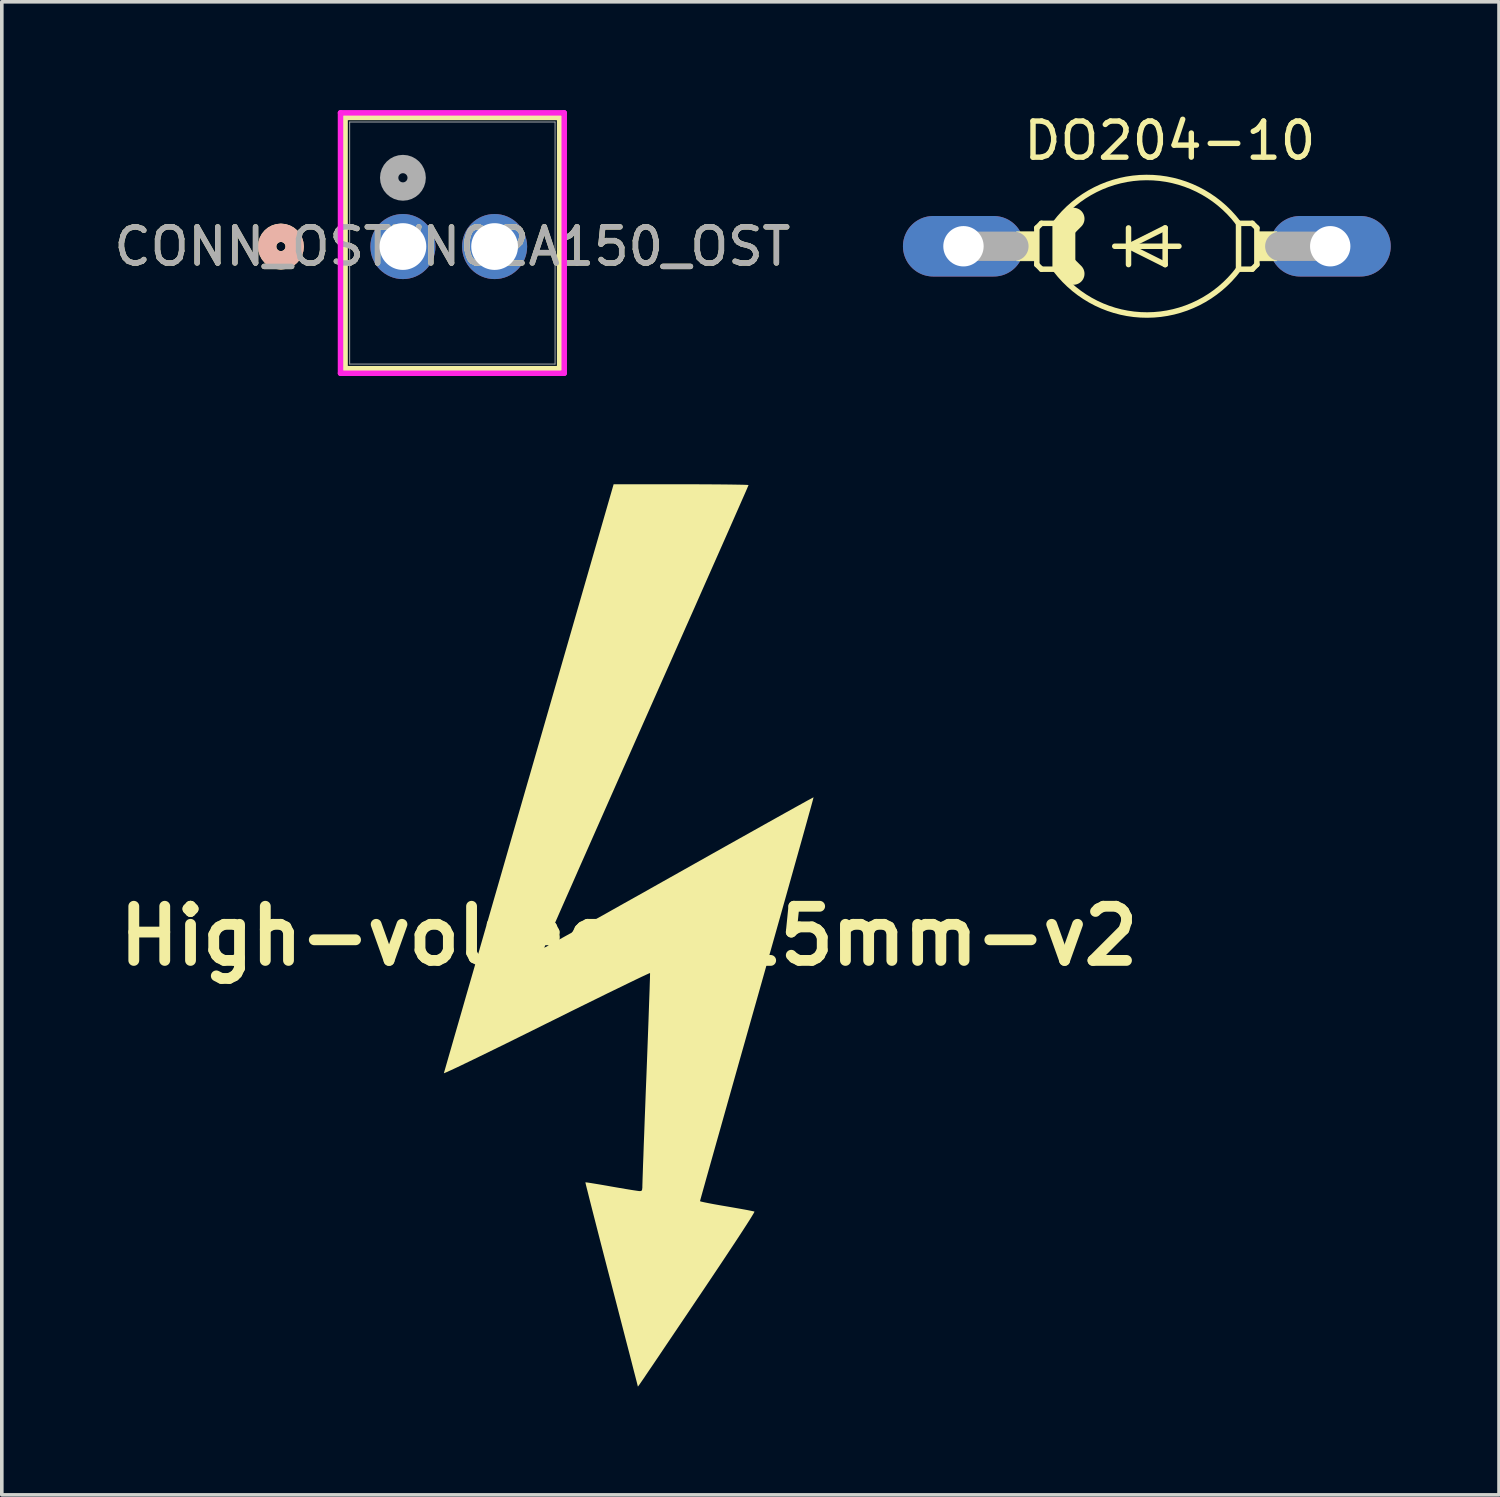
<source format=kicad_pcb>
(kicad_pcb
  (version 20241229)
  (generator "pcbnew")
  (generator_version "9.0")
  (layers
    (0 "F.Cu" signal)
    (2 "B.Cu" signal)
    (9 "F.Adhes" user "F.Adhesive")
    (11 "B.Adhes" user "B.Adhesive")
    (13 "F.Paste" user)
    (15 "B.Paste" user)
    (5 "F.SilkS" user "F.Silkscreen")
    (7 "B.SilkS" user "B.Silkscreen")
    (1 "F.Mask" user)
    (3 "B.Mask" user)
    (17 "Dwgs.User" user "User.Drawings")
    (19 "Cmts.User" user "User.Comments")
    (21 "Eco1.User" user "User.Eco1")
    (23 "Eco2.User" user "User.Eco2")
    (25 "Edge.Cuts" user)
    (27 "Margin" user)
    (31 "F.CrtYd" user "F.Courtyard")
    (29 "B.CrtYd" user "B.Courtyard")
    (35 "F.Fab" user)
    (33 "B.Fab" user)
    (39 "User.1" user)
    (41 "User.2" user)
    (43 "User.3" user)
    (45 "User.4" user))
  (footprint "High-voltage-25mm-v2"
    (layer "F.Cu")
    (at 14.371 22.878)
    (property "Reference" "High-voltage-25mm-v2" (at 0 0 0) (layer "F.SilkS") (effects (font (size 1.5 1.5) (thickness 0.3))))
    (attr board_only exclude_from_pos_files exclude_from_bom)
    (fp_poly (pts (xy 1.782 -12.512) (xy 2.098 -12.511) (xy 2.39 -12.509) (xy 2.651 -12.507) (xy 2.877 -12.504) (xy 3.062 -12.501) (xy 3.2 -12.498) (xy 3.286 -12.494) (xy 3.316 -12.49) (xy 3.303 -12.46) (xy 3.267 -12.375) (xy 3.207 -12.238) (xy 3.125 -12.052) (xy 3.022 -11.818) (xy 2.9 -11.541) (xy 2.759 -11.221) (xy 2.601 -10.863) (xy 2.426 -10.468) (xy 2.236 -10.039) (xy 2.032 -9.578) (xy 1.816 -9.088) (xy 1.587 -8.573) (xy 1.348 -8.033) (xy 1.1 -7.472) (xy 0.843 -6.893) (xy 0.579 -6.297) (xy 0.481 -6.076) (xy 0.215 -5.476) (xy -0.044 -4.89) (xy -0.296 -4.323) (xy -0.538 -3.776) (xy -0.77 -3.251) (xy -0.99 -2.753) (xy -1.198 -2.282) (xy -1.393 -1.842) (xy -1.572 -1.434) (xy -1.736 -1.063) (xy -1.883 -0.73) (xy -2.011 -0.438) (xy -2.12 -0.189) (xy -2.209 0.014) (xy -2.276 0.169) (xy -2.32 0.272) (xy -2.341 0.321) (xy -2.342 0.326) (xy -2.314 0.312) (xy -2.234 0.269) (xy -2.107 0.199) (xy -1.934 0.103) (xy -1.719 -0.016) (xy -1.466 -0.157) (xy -1.176 -0.318) (xy -0.854 -0.498) (xy -0.503 -0.695) (xy -0.126 -0.907) (xy 0.275 -1.131) (xy 0.696 -1.368) (xy 1.133 -1.614) (xy 1.388 -1.757) (xy 1.834 -2.008) (xy 2.264 -2.25) (xy 2.677 -2.482) (xy 3.068 -2.701) (xy 3.434 -2.906) (xy 3.773 -3.096) (xy 4.081 -3.268) (xy 4.355 -3.421) (xy 4.592 -3.553) (xy 4.789 -3.662) (xy 4.942 -3.747) (xy 5.05 -3.805) (xy 5.107 -3.836) (xy 5.117 -3.84) (xy 5.109 -3.81) (xy 5.086 -3.722) (xy 5.047 -3.579) (xy 4.993 -3.386) (xy 4.926 -3.144) (xy 4.846 -2.857) (xy 4.754 -2.528) (xy 4.65 -2.159) (xy 4.536 -1.753) (xy 4.413 -1.315) (xy 4.281 -0.845) (xy 4.141 -0.348) (xy 3.994 0.173) (xy 3.84 0.717) (xy 3.682 1.278) (xy 3.549 1.748) (xy 3.386 2.323) (xy 3.228 2.882) (xy 3.075 3.422) (xy 2.929 3.94) (xy 2.79 4.432) (xy 2.659 4.897) (xy 2.537 5.331) (xy 2.424 5.73) (xy 2.322 6.093) (xy 2.231 6.416) (xy 2.152 6.696) (xy 2.087 6.93) (xy 2.035 7.115) (xy 1.998 7.248) (xy 1.976 7.327) (xy 1.971 7.348) (xy 2 7.359) (xy 2.083 7.378) (xy 2.211 7.404) (xy 2.375 7.435) (xy 2.567 7.469) (xy 2.709 7.493) (xy 2.917 7.529) (xy 3.105 7.562) (xy 3.265 7.591) (xy 3.386 7.615) (xy 3.461 7.631) (xy 3.48 7.637) (xy 3.468 7.666) (xy 3.422 7.743) (xy 3.346 7.867) (xy 3.239 8.034) (xy 3.105 8.241) (xy 2.945 8.485) (xy 2.76 8.764) (xy 2.554 9.075) (xy 2.327 9.414) (xy 2.082 9.78) (xy 1.892 10.061) (xy 1.616 10.472) (xy 1.372 10.833) (xy 1.159 11.149) (xy 0.975 11.422) (xy 0.818 11.656) (xy 0.685 11.853) (xy 0.574 12.016) (xy 0.484 12.149) (xy 0.413 12.255) (xy 0.357 12.336) (xy 0.316 12.396) (xy 0.287 12.438) (xy 0.267 12.464) (xy 0.256 12.479) (xy 0.251 12.484) (xy 0.249 12.484) (xy 0.249 12.48) (xy 0.249 12.478) (xy 0.241 12.447) (xy 0.219 12.359) (xy 0.183 12.219) (xy 0.134 12.031) (xy 0.075 11.8) (xy 0.005 11.529) (xy -0.075 11.223) (xy -0.162 10.886) (xy -0.256 10.523) (xy -0.356 10.136) (xy -0.461 9.732) (xy -0.482 9.65) (xy -0.588 9.243) (xy -0.689 8.853) (xy -0.784 8.485) (xy -0.872 8.142) (xy -0.952 7.83) (xy -1.023 7.553) (xy -1.084 7.313) (xy -1.133 7.117) (xy -1.171 6.968) (xy -1.195 6.87) (xy -1.204 6.827) (xy -1.204 6.826) (xy -1.173 6.828) (xy -1.088 6.84) (xy -0.959 6.861) (xy -0.795 6.888) (xy -0.604 6.921) (xy -0.482 6.943) (xy -0.274 6.979) (xy -0.084 7.011) (xy 0.079 7.038) (xy 0.205 7.057) (xy 0.284 7.068) (xy 0.304 7.069) (xy 0.345 7.064) (xy 0.366 7.037) (xy 0.374 6.973) (xy 0.375 6.899) (xy 0.377 6.843) (xy 0.38 6.729) (xy 0.386 6.563) (xy 0.393 6.348) (xy 0.403 6.089) (xy 0.413 5.792) (xy 0.426 5.46) (xy 0.439 5.1) (xy 0.454 4.714) (xy 0.469 4.31) (xy 0.486 3.891) (xy 0.502 3.475) (xy 0.517 3.077) (xy 0.531 2.701) (xy 0.544 2.352) (xy 0.555 2.034) (xy 0.565 1.751) (xy 0.574 1.509) (xy 0.58 1.311) (xy 0.585 1.162) (xy 0.587 1.066) (xy 0.587 1.028) (xy 0.587 1.028) (xy 0.559 1.038) (xy 0.478 1.075) (xy 0.349 1.135) (xy 0.174 1.219) (xy -0.041 1.323) (xy -0.293 1.446) (xy -0.58 1.585) (xy -0.896 1.741) (xy -1.238 1.909) (xy -1.603 2.089) (xy -1.986 2.28) (xy -2.278 2.424) (xy -2.672 2.62) (xy -3.05 2.807) (xy -3.408 2.984) (xy -3.743 3.148) (xy -4.05 3.298) (xy -4.326 3.432) (xy -4.567 3.548) (xy -4.769 3.645) (xy -4.93 3.72) (xy -5.045 3.772) (xy -5.11 3.8) (xy -5.124 3.803) (xy -5.115 3.77) (xy -5.089 3.679) (xy -5.047 3.533) (xy -4.99 3.334) (xy -4.918 3.085) (xy -4.833 2.788) (xy -4.734 2.446) (xy -4.623 2.061) (xy -4.501 1.635) (xy -4.367 1.172) (xy -4.223 0.673) (xy -4.07 0.141) (xy -3.908 -0.422) (xy -3.738 -1.013) (xy -3.56 -1.629) (xy -3.376 -2.268) (xy -3.186 -2.928) (xy -2.99 -3.607) (xy -2.79 -4.301) (xy -2.768 -4.375) (xy -0.422 -12.512) (xy 1.447 -12.512)) (stroke (width 0) (type solid)) (fill yes) (layer "F.SilkS")))
  (footprint "DO204-10"
    (layer "F.Cu")
    (at 28.721 3.772)
    (property "Reference" "DO204-10" (at 0.636 -2.924 0) (layer "F.SilkS") (effects (font (size 1.001 1.001) (thickness 0.15))))
    (attr through_hole)
    (fp_line (start -3.048 -0.508) (end -2.921 -0.635) (stroke (width 0.152) (type solid)) (layer "F.SilkS"))
    (fp_line (start -3.048 0.508) (end -3.048 -0.508) (stroke (width 0.152) (type solid)) (layer "F.SilkS"))
    (fp_line (start -3.048 0.508) (end -2.921 0.635) (stroke (width 0.152) (type solid)) (layer "F.SilkS"))
    (fp_line (start -2.54 -0.635) (end -2.921 -0.635) (stroke (width 0.152) (type solid)) (layer "F.SilkS"))
    (fp_line (start -2.54 -0.635) (end -2.54 0.635) (stroke (width 0.152) (type solid)) (layer "F.SilkS"))
    (fp_line (start -2.54 0.635) (end -2.921 0.635) (stroke (width 0.152) (type solid)) (layer "F.SilkS"))
    (fp_line (start -2.286 -0.508) (end -2.286 0.508) (stroke (width 0.61) (type solid)) (layer "F.SilkS"))
    (fp_line (start -2.286 -0.508) (end -2.032 -0.762) (stroke (width 0.61) (type solid)) (layer "F.SilkS"))
    (fp_line (start -2.032 0.762) (end -2.286 0.508) (stroke (width 0.61) (type solid)) (layer "F.SilkS"))
    (fp_line (start -0.889 0) (end -0.508 0) (stroke (width 0.152) (type solid)) (layer "F.SilkS"))
    (fp_line (start -0.508 -0.508) (end -0.508 0) (stroke (width 0.152) (type solid)) (layer "F.SilkS"))
    (fp_line (start -0.508 0) (end -0.508 0.508) (stroke (width 0.152) (type solid)) (layer "F.SilkS"))
    (fp_line (start -0.508 0) (end 0.508 -0.508) (stroke (width 0.152) (type solid)) (layer "F.SilkS"))
    (fp_line (start -0.508 0) (end 0.889 0) (stroke (width 0.152) (type solid)) (layer "F.SilkS"))
    (fp_line (start 0.508 -0.508) (end 0.508 0.508) (stroke (width 0.152) (type solid)) (layer "F.SilkS"))
    (fp_line (start 0.508 0.508) (end -0.508 0) (stroke (width 0.152) (type solid)) (layer "F.SilkS"))
    (fp_line (start 2.54 -0.635) (end 2.54 0.635) (stroke (width 0.152) (type solid)) (layer "F.SilkS"))
    (fp_line (start 2.54 -0.635) (end 2.921 -0.635) (stroke (width 0.152) (type solid)) (layer "F.SilkS"))
    (fp_line (start 2.54 0.635) (end 2.921 0.635) (stroke (width 0.152) (type solid)) (layer "F.SilkS"))
    (fp_line (start 3.048 -0.508) (end 2.921 -0.635) (stroke (width 0.152) (type solid)) (layer "F.SilkS"))
    (fp_line (start 3.048 0.508) (end 2.921 0.635) (stroke (width 0.152) (type solid)) (layer "F.SilkS"))
    (fp_line (start 3.048 0.508) (end 3.048 -0.508) (stroke (width 0.152) (type solid)) (layer "F.SilkS"))
    (fp_arc (start -2.54 -0.634999) (mid -0.012028 -1.904982) (end 2.5255 -0.6542) (stroke (width 0.1524) (type solid)) (layer "F.SilkS"))
    (fp_arc (start 2.54 0.635) (mid 0.012027 1.904982) (end -2.5255 0.654199) (stroke (width 0.1524) (type solid)) (layer "F.SilkS"))
    (fp_poly (pts (xy -3.612 -0.406) (xy -3.048 -0.406) (xy -3.048 0.407) (xy -3.612 0.407)) (stroke (width 0.01) (type solid)) (fill yes) (layer "F.SilkS"))
    (fp_poly (pts (xy 3.052 -0.406) (xy 3.607 -0.406) (xy 3.607 0.407) (xy 3.052 0.407)) (stroke (width 0.01) (type solid)) (fill yes) (layer "F.SilkS"))
    (fp_line (start -5.08 0) (end -3.683 0) (stroke (width 0.813) (type solid)) (layer "F.Fab"))
    (fp_line (start 5.08 0) (end 3.683 0) (stroke (width 0.813) (type solid)) (layer "F.Fab"))
    (pad "A" thru_hole oval (at 5.08 0) (size 3.353 1.676) (drill 1.118) (layers "*.Cu" "*.Mask"))
    (pad "C" thru_hole oval (at -5.08 0) (size 3.353 1.676) (drill 1.118) (layers "*.Cu" "*.Mask")))
  (footprint "CONN_OSTVN02A150_OST"
    (layer "F.Cu")
    (at 8.112 3.78)
    (property "Reference" "CONN_OSTVN02A150_OST" (at 1.37 0 0) (unlocked yes) (layer "F.SilkS") (effects (font (size 1 1) (thickness 0.15))))
    (attr through_hole)
    (fp_line (start -1.602 -3.577) (end -1.602 3.383) (stroke (width 0.152) (type solid)) (layer "F.SilkS"))
    (fp_line (start -1.602 3.383) (end 4.342 3.383) (stroke (width 0.152) (type solid)) (layer "F.SilkS"))
    (fp_line (start 4.342 -3.577) (end -1.602 -3.577) (stroke (width 0.152) (type solid)) (layer "F.SilkS"))
    (fp_line (start 4.342 3.383) (end 4.342 -3.577) (stroke (width 0.152) (type solid)) (layer "F.SilkS"))
    (fp_circle (center -3.38 0) (end -2.999 0) (stroke (width 0.508) (type solid)) (fill no) (layer "F.SilkS"))
    (fp_circle (center -3.38 0) (end -2.999 0) (stroke (width 0.508) (type solid)) (fill no) (layer "B.SilkS"))
    (fp_line (start -1.729 -3.704) (end -1.729 3.51) (stroke (width 0.152) (type solid)) (layer "F.CrtYd"))
    (fp_line (start -1.729 3.51) (end 4.469 3.51) (stroke (width 0.152) (type solid)) (layer "F.CrtYd"))
    (fp_line (start 4.469 -3.704) (end -1.729 -3.704) (stroke (width 0.152) (type solid)) (layer "F.CrtYd"))
    (fp_line (start 4.469 3.51) (end 4.469 -3.704) (stroke (width 0.152) (type solid)) (layer "F.CrtYd"))
    (fp_line (start -1.475 -3.45) (end -1.475 3.256) (stroke (width 0.025) (type solid)) (layer "F.Fab"))
    (fp_line (start -1.475 3.256) (end 4.215 3.256) (stroke (width 0.025) (type solid)) (layer "F.Fab"))
    (fp_line (start 4.215 -3.45) (end -1.475 -3.45) (stroke (width 0.025) (type solid)) (layer "F.Fab"))
    (fp_line (start 4.215 3.256) (end 4.215 -3.45) (stroke (width 0.025) (type solid)) (layer "F.Fab"))
    (fp_circle (center 0 -1.905) (end 0.381 -1.905) (stroke (width 0.508) (type solid)) (fill no) (layer "F.Fab"))
    (fp_text user "${REFERENCE}" (at 1.37 0 0) (unlocked yes) (layer "F.Fab") (effects (font (size 1 1) (thickness 0.15))))
    (pad "1" thru_hole circle (at 0 0) (size 1.803 1.803) (drill 1.295) (layers "*.Cu" "*.Mask"))
    (pad "2" thru_hole circle (at 2.54 0) (size 1.803 1.803) (drill 1.295) (layers "*.Cu" "*.Mask")))
  (gr_rect
    (start -3 -3)
    (end 38.477 38.362)
    (stroke (width 0.1) (type default))
    (fill no)
    (layer "Edge.Cuts")))
</source>
